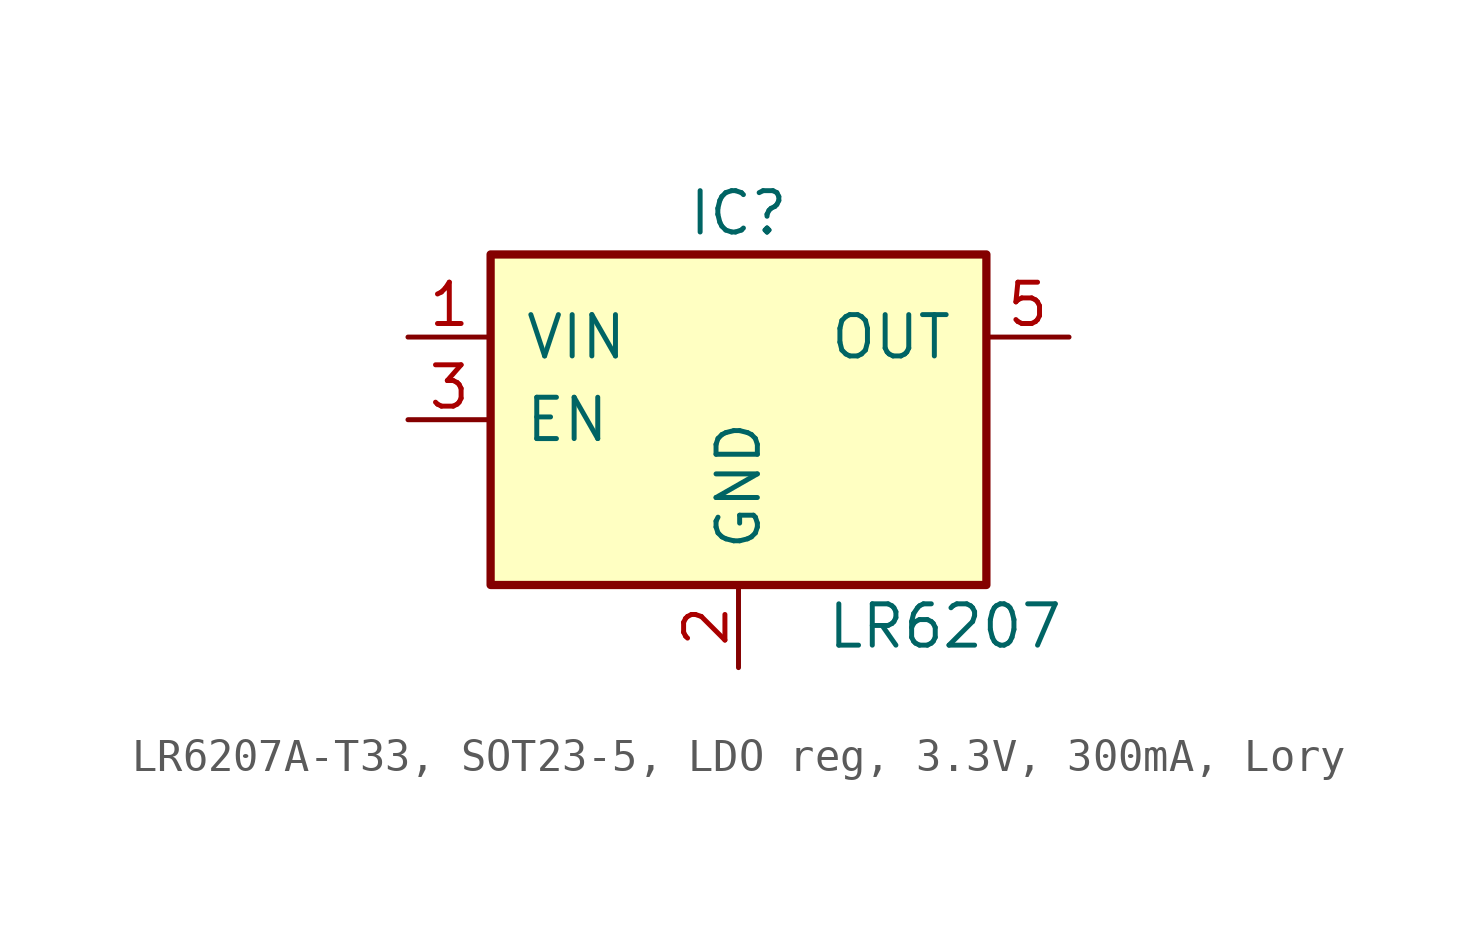
<source format=kicad_sym>
(kicad_symbol_lib
  (version 20241209)
  (generator "kicad_symbol_editor")
  (generator_version "9.0")
  (symbol "LR6207A-T33, SOT23-5, LDO reg, 3.3V, 300mA, Lory"
    (pin_names
      (offset 1.016))
    (property "Reference" "IC"
      (at 0 6.35 0)
      (effects (font (size 1.27 1.27))))
    (property "Value" "LR6207"
      (at 6.35 -6.35 0)
      (effects (font (size 1.27 1.27))))
    (symbol "LR6207A-T33, SOT23-5, LDO reg, 3.3V, 300mA, Lory_0_1"
      (rectangle (start -7.62 5.08) (end 7.62 -5.08) (stroke (width 0.254) (type default)) (fill (type background))))
    (symbol "LR6207A-T33, SOT23-5, LDO reg, 3.3V, 300mA, Lory_1_1"
      (pin power_in line (at -10.16 2.54 0) (length 2.54) (name "VIN" (effects (font (size 1.27 1.27)))) (number "1" (effects (font (size 1.27 1.27)))))
      (pin input line (at -10.16 0 0) (length 2.54) (name "EN" (effects (font (size 1.27 1.27)))) (number "3" (effects (font (size 1.27 1.27)))))
      (pin no_connect line (at -10.16 -2.54 0) (length 2.54) (hide yes) (name "NC" (effects (font (size 1.27 1.27)))) (number "4" (effects (font (size 1.27 1.27)))))
      (pin passive line (at 0 -7.62 90) (length 2.54) (name "GND" (effects (font (size 1.27 1.27)))) (number "2" (effects (font (size 1.27 1.27)))))
      (pin power_out line (at 10.16 2.54 180) (length 2.54) (name "OUT" (effects (font (size 1.27 1.27)))) (number "5" (effects (font (size 1.27 1.27))))))))
</source>
